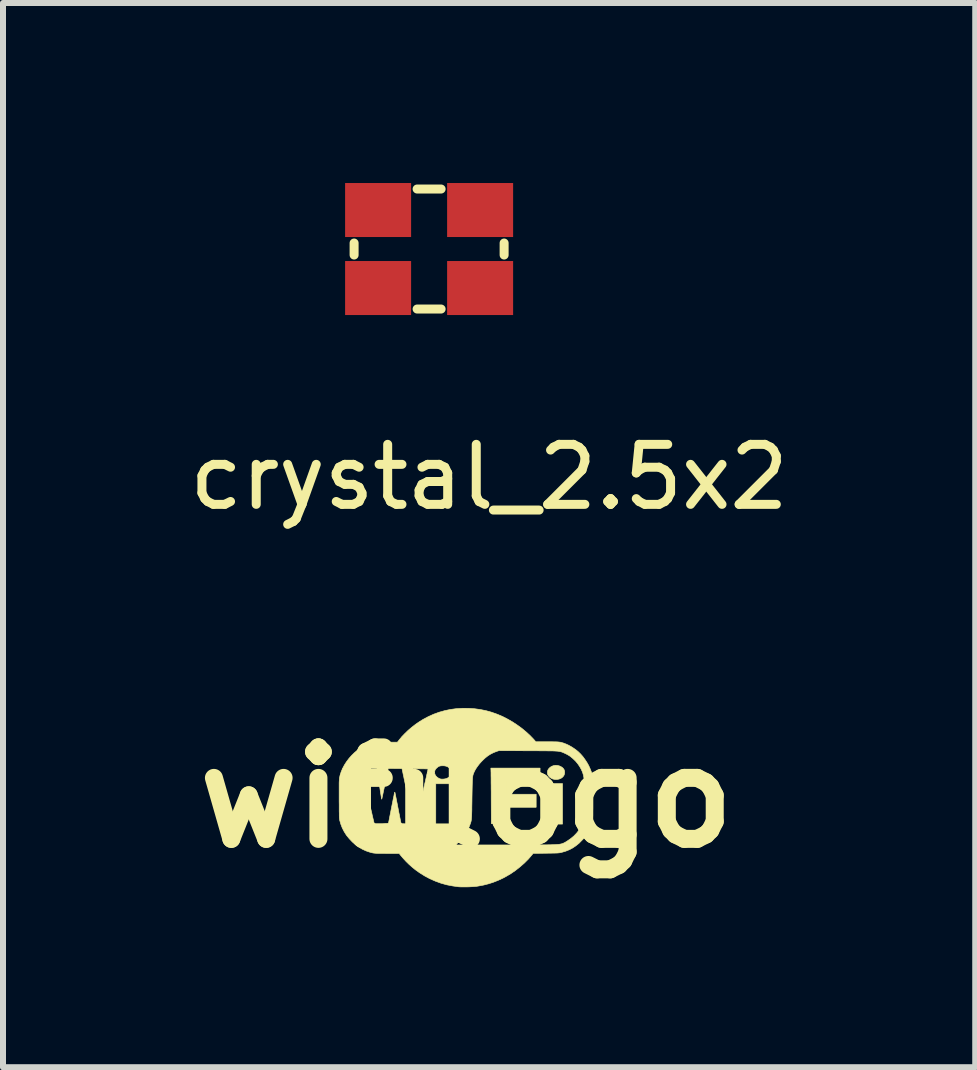
<source format=kicad_pcb>
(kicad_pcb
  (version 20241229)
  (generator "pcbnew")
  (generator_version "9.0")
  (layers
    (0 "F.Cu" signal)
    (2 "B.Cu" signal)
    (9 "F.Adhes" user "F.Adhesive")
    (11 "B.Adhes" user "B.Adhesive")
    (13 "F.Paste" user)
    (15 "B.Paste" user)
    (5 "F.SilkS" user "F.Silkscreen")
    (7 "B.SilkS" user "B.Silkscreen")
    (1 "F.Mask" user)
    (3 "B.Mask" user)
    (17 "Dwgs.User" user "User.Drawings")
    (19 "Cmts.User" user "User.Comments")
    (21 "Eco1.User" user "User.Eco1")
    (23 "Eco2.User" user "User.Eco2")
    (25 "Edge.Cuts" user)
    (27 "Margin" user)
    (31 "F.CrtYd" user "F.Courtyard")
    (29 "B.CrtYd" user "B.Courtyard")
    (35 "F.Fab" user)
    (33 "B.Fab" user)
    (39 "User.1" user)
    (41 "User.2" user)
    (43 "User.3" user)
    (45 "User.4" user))
  (footprint "crystal_2.5x2"
    (layer "F.Cu")
    (at 4.101 1.1)
    (property "Reference" "crystal_2.5x2" (at 1 3.8 0) (layer "F.SilkS") (effects (font (size 1 1) (thickness 0.15))))
    (attr through_hole)
    (fp_line (start -1.25 0.1) (end -1.25 -0.1) (stroke (width 0.15) (type solid)) (layer "F.SilkS"))
    (fp_line (start -0.2 -1) (end 0.2 -1) (stroke (width 0.15) (type solid)) (layer "F.SilkS"))
    (fp_line (start -0.2 1) (end 0.2 1) (stroke (width 0.15) (type solid)) (layer "F.SilkS"))
    (fp_line (start 1.25 0.1) (end 1.25 -0.1) (stroke (width 0.15) (type solid)) (layer "F.SilkS"))
    (pad "1" smd rect (at -0.85 0.65) (size 1.1 0.9) (layers "F.Cu" "F.Mask" "F.Paste"))
    (pad "2" smd rect (at 0.85 -0.65) (size 1.1 0.9) (layers "F.Cu" "F.Mask" "F.Paste"))
    (pad "3" smd rect (at -0.85 -0.65) (size 1.1 0.9) (layers "F.Cu" "F.Mask" "F.Paste"))
    (pad "3" smd rect (at 0.85 0.65) (size 1.1 0.9) (layers "F.Cu" "F.Mask" "F.Paste")))
  (footprint "wifilogo"
    (layer "F.Cu")
    (at 4.724 10.24)
    (property "Reference" "wifilogo" (at 0 0 0) (layer "F.SilkS") (effects (font (size 1.524 1.524) (thickness 0.3))))
    (attr through_hole)
    (fp_poly (pts (xy 1.6 0.443) (xy 1.368 0.443) (xy 1.368 -0.232) (xy 1.6 -0.232) (xy 1.6 0.443)) (stroke (width 0.01) (type solid)) (fill yes) (layer "F.SilkS"))
    (fp_poly (pts (xy 1.226 -0.269) (xy 0.671 -0.269) (xy 0.671 -0.054) (xy 1.161 -0.054) (xy 1.161 0.163) (xy 0.671 0.163) (xy 0.671 0.435) (xy 0.414 0.435) (xy 0.412 0.015) (xy 0.412 -0.04) (xy 0.412 -0.094) (xy 0.411 -0.146) (xy 0.411 -0.196) (xy 0.41 -0.243) (xy 0.41 -0.286) (xy 0.41 -0.326) (xy 0.409 -0.361) (xy 0.409 -0.39) (xy 0.409 -0.415) (xy 0.408 -0.433) (xy 0.408 -0.445) (xy 0.408 -0.447) (xy 0.406 -0.49) (xy 1.226 -0.49) (xy 1.226 -0.269)) (stroke (width 0.01) (type solid)) (fill yes) (layer "F.SilkS"))
    (fp_poly (pts (xy 1.51 -0.535) (xy 1.516 -0.534) (xy 1.546 -0.527) (xy 1.573 -0.515) (xy 1.597 -0.5) (xy 1.616 -0.481) (xy 1.627 -0.463) (xy 1.631 -0.451) (xy 1.635 -0.435) (xy 1.636 -0.425) (xy 1.634 -0.397) (xy 1.626 -0.372) (xy 1.612 -0.351) (xy 1.593 -0.332) (xy 1.57 -0.317) (xy 1.543 -0.307) (xy 1.513 -0.301) (xy 1.48 -0.3) (xy 1.467 -0.302) (xy 1.438 -0.308) (xy 1.411 -0.321) (xy 1.386 -0.338) (xy 1.367 -0.359) (xy 1.357 -0.374) (xy 1.35 -0.394) (xy 1.348 -0.416) (xy 1.35 -0.439) (xy 1.357 -0.459) (xy 1.373 -0.483) (xy 1.394 -0.503) (xy 1.419 -0.519) (xy 1.447 -0.53) (xy 1.478 -0.536) (xy 1.51 -0.535)) (stroke (width 0.01) (type solid)) (fill yes) (layer "F.SilkS"))
    (fp_poly (pts (xy 0.039 -1.486) (xy 0.136 -1.479) (xy 0.231 -1.466) (xy 0.325 -1.447) (xy 0.418 -1.421) (xy 0.511 -1.388) (xy 0.526 -1.382) (xy 0.607 -1.347) (xy 0.688 -1.305) (xy 0.768 -1.259) (xy 0.845 -1.208) (xy 0.92 -1.154) (xy 0.99 -1.096) (xy 1.056 -1.036) (xy 1.115 -0.975) (xy 1.124 -0.965) (xy 1.155 -0.929) (xy 1.337 -0.929) (xy 1.382 -0.929) (xy 1.421 -0.929) (xy 1.454 -0.928) (xy 1.482 -0.928) (xy 1.505 -0.927) (xy 1.525 -0.926) (xy 1.543 -0.924) (xy 1.558 -0.922) (xy 1.572 -0.92) (xy 1.585 -0.916) (xy 1.599 -0.912) (xy 1.614 -0.908) (xy 1.621 -0.905) (xy 1.661 -0.89) (xy 1.704 -0.87) (xy 1.747 -0.846) (xy 1.789 -0.819) (xy 1.828 -0.791) (xy 1.862 -0.763) (xy 1.901 -0.725) (xy 1.939 -0.682) (xy 1.974 -0.634) (xy 2.007 -0.584) (xy 2.036 -0.533) (xy 2.06 -0.48) (xy 2.08 -0.429) (xy 2.092 -0.388) (xy 2.094 -0.377) (xy 2.097 -0.365) (xy 2.099 -0.354) (xy 2.101 -0.342) (xy 2.102 -0.328) (xy 2.104 -0.313) (xy 2.105 -0.296) (xy 2.106 -0.277) (xy 2.107 -0.254) (xy 2.107 -0.228) (xy 2.107 -0.197) (xy 2.108 -0.163) (xy 2.108 -0.123) (xy 2.108 -0.078) (xy 2.108 -0.026) (xy 2.107 0.032) (xy 2.107 0.069) (xy 2.107 0.127) (xy 2.107 0.179) (xy 2.106 0.224) (xy 2.106 0.263) (xy 2.106 0.297) (xy 2.105 0.326) (xy 2.105 0.35) (xy 2.105 0.37) (xy 2.104 0.386) (xy 2.104 0.4) (xy 2.103 0.41) (xy 2.102 0.419) (xy 2.101 0.425) (xy 2.1 0.43) (xy 2.1 0.432) (xy 2.091 0.465) (xy 2.079 0.497) (xy 2.064 0.529) (xy 2.047 0.56) (xy 2.025 0.593) (xy 1.999 0.627) (xy 1.969 0.664) (xy 1.933 0.704) (xy 1.925 0.712) (xy 1.876 0.762) (xy 1.824 0.804) (xy 1.771 0.84) (xy 1.715 0.87) (xy 1.655 0.894) (xy 1.591 0.913) (xy 1.573 0.917) (xy 1.564 0.919) (xy 1.555 0.921) (xy 1.547 0.922) (xy 1.538 0.923) (xy 1.528 0.924) (xy 1.517 0.925) (xy 1.502 0.926) (xy 1.485 0.926) (xy 1.464 0.927) (xy 1.438 0.927) (xy 1.407 0.928) (xy 1.37 0.928) (xy 1.327 0.929) (xy 1.32 0.929) (xy 1.111 0.931) (xy 1.093 0.954) (xy 1.032 1.025) (xy 0.965 1.092) (xy 0.892 1.156) (xy 0.816 1.216) (xy 0.736 1.271) (xy 0.654 1.319) (xy 0.609 1.343) (xy 0.527 1.381) (xy 0.446 1.413) (xy 0.365 1.439) (xy 0.282 1.46) (xy 0.195 1.476) (xy 0.165 1.481) (xy 0.143 1.483) (xy 0.114 1.485) (xy 0.082 1.487) (xy 0.047 1.489) (xy 0.011 1.49) (xy -0.025 1.49) (xy -0.059 1.49) (xy -0.09 1.49) (xy -0.116 1.489) (xy -0.131 1.488) (xy -0.231 1.474) (xy -0.33 1.455) (xy -0.426 1.428) (xy -0.519 1.394) (xy -0.61 1.354) (xy -0.698 1.307) (xy -0.784 1.253) (xy -0.851 1.205) (xy -0.904 1.162) (xy -0.957 1.115) (xy -1.007 1.066) (xy -1.054 1.015) (xy -1.09 0.973) (xy -1.122 0.933) (xy -1.315 0.933) (xy -1.361 0.932) (xy -1.401 0.932) (xy -1.435 0.932) (xy -1.464 0.932) (xy -1.489 0.931) (xy -1.51 0.93) (xy -1.528 0.928) (xy -1.544 0.927) (xy -1.558 0.924) (xy -1.572 0.922) (xy -1.586 0.918) (xy -1.601 0.914) (xy -1.609 0.912) (xy -1.674 0.89) (xy -1.737 0.861) (xy -1.797 0.825) (xy -1.843 0.791) (xy -0.178 0.791) (xy 0.569 0.791) (xy 0.643 0.791) (xy 0.717 0.791) (xy 0.789 0.791) (xy 0.859 0.791) (xy 0.927 0.791) (xy 0.992 0.79) (xy 1.055 0.79) (xy 1.113 0.79) (xy 1.168 0.79) (xy 1.219 0.789) (xy 1.265 0.789) (xy 1.306 0.789) (xy 1.341 0.789) (xy 1.371 0.788) (xy 1.394 0.788) (xy 1.41 0.788) (xy 1.415 0.787) (xy 1.456 0.786) (xy 1.491 0.784) (xy 1.52 0.782) (xy 1.545 0.78) (xy 1.566 0.776) (xy 1.585 0.772) (xy 1.603 0.766) (xy 1.62 0.759) (xy 1.638 0.75) (xy 1.657 0.739) (xy 1.679 0.725) (xy 1.684 0.722) (xy 1.74 0.683) (xy 1.79 0.641) (xy 1.835 0.594) (xy 1.874 0.545) (xy 1.906 0.493) (xy 1.932 0.438) (xy 1.943 0.409) (xy 1.946 0.399) (xy 1.949 0.389) (xy 1.951 0.378) (xy 1.953 0.366) (xy 1.955 0.352) (xy 1.956 0.337) (xy 1.958 0.318) (xy 1.959 0.296) (xy 1.959 0.271) (xy 1.96 0.242) (xy 1.96 0.207) (xy 1.961 0.168) (xy 1.961 0.123) (xy 1.961 0.072) (xy 1.961 0.014) (xy 1.961 0.005) (xy 1.961 -0.057) (xy 1.961 -0.113) (xy 1.961 -0.161) (xy 1.96 -0.204) (xy 1.96 -0.24) (xy 1.959 -0.269) (xy 1.959 -0.293) (xy 1.958 -0.311) (xy 1.957 -0.324) (xy 1.957 -0.326) (xy 1.948 -0.374) (xy 1.933 -0.423) (xy 1.911 -0.472) (xy 1.884 -0.519) (xy 1.852 -0.565) (xy 1.815 -0.609) (xy 1.773 -0.649) (xy 1.728 -0.686) (xy 1.725 -0.688) (xy 1.705 -0.701) (xy 1.681 -0.715) (xy 1.654 -0.729) (xy 1.628 -0.741) (xy 1.603 -0.752) (xy 1.581 -0.76) (xy 1.573 -0.762) (xy 1.564 -0.764) (xy 1.555 -0.766) (xy 1.546 -0.768) (xy 1.536 -0.769) (xy 1.525 -0.771) (xy 1.513 -0.772) (xy 1.499 -0.773) (xy 1.482 -0.774) (xy 1.463 -0.775) (xy 1.441 -0.776) (xy 1.415 -0.776) (xy 1.385 -0.777) (xy 1.351 -0.777) (xy 1.313 -0.778) (xy 1.269 -0.778) (xy 1.22 -0.778) (xy 1.165 -0.779) (xy 1.103 -0.779) (xy 1.035 -0.779) (xy 1.007 -0.779) (xy 0.542 -0.781) (xy 0.502 -0.768) (xy 0.451 -0.748) (xy 0.403 -0.724) (xy 0.357 -0.695) (xy 0.313 -0.66) (xy 0.286 -0.635) (xy 0.249 -0.598) (xy 0.215 -0.56) (xy 0.185 -0.521) (xy 0.159 -0.483) (xy 0.137 -0.445) (xy 0.121 -0.41) (xy 0.109 -0.377) (xy 0.107 -0.368) (xy 0.105 -0.356) (xy 0.103 -0.342) (xy 0.101 -0.325) (xy 0.1 -0.304) (xy 0.098 -0.279) (xy 0.097 -0.25) (xy 0.096 -0.216) (xy 0.095 -0.176) (xy 0.094 -0.132) (xy 0.093 -0.081) (xy 0.092 -0.024) (xy 0.091 0.04) (xy 0.091 0.058) (xy 0.09 0.113) (xy 0.089 0.162) (xy 0.089 0.204) (xy 0.088 0.241) (xy 0.087 0.273) (xy 0.086 0.3) (xy 0.085 0.324) (xy 0.083 0.344) (xy 0.082 0.361) (xy 0.08 0.376) (xy 0.078 0.39) (xy 0.075 0.402) (xy 0.072 0.413) (xy 0.068 0.425) (xy 0.064 0.437) (xy 0.062 0.442) (xy 0.043 0.492) (xy 0.021 0.538) (xy -0.005 0.583) (xy -0.035 0.627) (xy -0.069 0.672) (xy -0.109 0.718) (xy -0.131 0.741) (xy -0.178 0.791) (xy -1.843 0.791) (xy -1.855 0.782) (xy -1.903 0.74) (xy -1.954 0.686) (xy -2 0.63) (xy -2.038 0.57) (xy -2.07 0.508) (xy -2.095 0.443) (xy -2.113 0.38) (xy -2.114 0.374) (xy -2.115 0.368) (xy -2.116 0.362) (xy -2.117 0.354) (xy -2.118 0.346) (xy -2.119 0.335) (xy -2.119 0.322) (xy -2.12 0.305) (xy -2.12 0.286) (xy -2.12 0.262) (xy -2.121 0.235) (xy -2.121 0.202) (xy -2.121 0.164) (xy -2.121 0.119) (xy -2.122 0.069) (xy -2.122 0.029) (xy -2.122 -0.028) (xy -2.122 -0.078) (xy -2.122 -0.121) (xy -2.122 -0.159) (xy -2.122 -0.192) (xy -2.122 -0.22) (xy -2.122 -0.244) (xy -2.121 -0.265) (xy -2.12 -0.282) (xy -2.119 -0.297) (xy -2.118 -0.31) (xy -2.117 -0.321) (xy -2.115 -0.332) (xy -2.113 -0.342) (xy -2.111 -0.351) (xy -2.109 -0.362) (xy -2.108 -0.366) (xy -2.09 -0.425) (xy -2.072 -0.468) (xy -1.744 -0.468) (xy -1.742 -0.456) (xy -1.742 -0.455) (xy -1.738 -0.437) (xy -1.733 -0.413) (xy -1.726 -0.384) (xy -1.718 -0.35) (xy -1.71 -0.312) (xy -1.7 -0.27) (xy -1.69 -0.226) (xy -1.68 -0.179) (xy -1.668 -0.131) (xy -1.657 -0.081) (xy -1.645 -0.031) (xy -1.634 0.02) (xy -1.622 0.07) (xy -1.611 0.118) (xy -1.6 0.165) (xy -1.59 0.21) (xy -1.58 0.251) (xy -1.572 0.289) (xy -1.564 0.323) (xy -1.557 0.353) (xy -1.551 0.377) (xy -1.547 0.395) (xy -1.544 0.407) (xy -1.544 0.407) (xy -1.54 0.421) (xy -1.537 0.429) (xy -1.531 0.433) (xy -1.521 0.435) (xy -1.511 0.437) (xy -1.504 0.437) (xy -1.492 0.437) (xy -1.474 0.437) (xy -1.454 0.437) (xy -1.431 0.437) (xy -1.407 0.437) (xy -1.383 0.436) (xy -1.36 0.435) (xy -1.34 0.435) (xy -1.323 0.434) (xy -1.31 0.433) (xy -1.303 0.433) (xy -1.302 0.432) (xy -1.301 0.428) (xy -1.299 0.418) (xy -1.295 0.402) (xy -1.291 0.382) (xy -1.286 0.357) (xy -1.281 0.329) (xy -1.275 0.299) (xy -1.274 0.294) (xy -1.264 0.244) (xy -1.255 0.196) (xy -1.246 0.15) (xy -1.237 0.106) (xy -1.229 0.066) (xy -1.222 0.029) (xy -1.215 -0.003) (xy -1.209 -0.031) (xy -1.205 -0.054) (xy -1.201 -0.071) (xy -1.199 -0.081) (xy -1.198 -0.084) (xy -1.196 -0.089) (xy -1.194 -0.088) (xy -1.192 -0.081) (xy -1.191 -0.078) (xy -1.19 -0.072) (xy -1.187 -0.06) (xy -1.183 -0.041) (xy -1.179 -0.018) (xy -1.173 0.011) (xy -1.167 0.043) (xy -1.16 0.078) (xy -1.152 0.117) (xy -1.145 0.157) (xy -1.141 0.176) (xy -1.133 0.217) (xy -1.126 0.256) (xy -1.118 0.292) (xy -1.112 0.326) (xy -1.106 0.355) (xy -1.101 0.38) (xy -1.097 0.4) (xy -1.093 0.415) (xy -1.091 0.423) (xy -1.091 0.425) (xy -1.083 0.433) (xy -1.076 0.436) (xy -1.068 0.437) (xy -1.054 0.437) (xy -1.036 0.438) (xy -1.014 0.438) (xy -0.99 0.438) (xy -0.965 0.438) (xy -0.94 0.438) (xy -0.917 0.438) (xy -0.897 0.438) (xy -0.88 0.437) (xy -0.869 0.436) (xy -0.866 0.436) (xy -0.857 0.433) (xy -0.851 0.431) (xy -0.85 0.431) (xy -0.849 0.427) (xy -0.847 0.416) (xy -0.842 0.4) (xy -0.837 0.378) (xy -0.831 0.351) (xy -0.823 0.32) (xy -0.815 0.284) (xy -0.806 0.245) (xy -0.796 0.203) (xy -0.785 0.159) (xy -0.775 0.113) (xy -0.763 0.065) (xy -0.752 0.016) (xy -0.741 -0.033) (xy -0.73 -0.082) (xy -0.718 -0.13) (xy -0.708 -0.177) (xy -0.697 -0.223) (xy -0.696 -0.229) (xy -0.512 -0.229) (xy -0.512 0.439) (xy -0.287 0.439) (xy -0.287 -0.229) (xy -0.512 -0.229) (xy -0.696 -0.229) (xy -0.687 -0.266) (xy -0.678 -0.307) (xy -0.669 -0.344) (xy -0.662 -0.378) (xy -0.655 -0.408) (xy -0.654 -0.414) (xy -0.531 -0.414) (xy -0.527 -0.391) (xy -0.522 -0.379) (xy -0.509 -0.358) (xy -0.49 -0.339) (xy -0.467 -0.323) (xy -0.443 -0.312) (xy -0.429 -0.308) (xy -0.408 -0.306) (xy -0.384 -0.307) (xy -0.36 -0.31) (xy -0.337 -0.315) (xy -0.335 -0.316) (xy -0.309 -0.328) (xy -0.287 -0.344) (xy -0.27 -0.363) (xy -0.259 -0.385) (xy -0.257 -0.39) (xy -0.255 -0.408) (xy -0.255 -0.428) (xy -0.259 -0.448) (xy -0.264 -0.463) (xy -0.275 -0.478) (xy -0.29 -0.494) (xy -0.307 -0.507) (xy -0.321 -0.515) (xy -0.344 -0.523) (xy -0.37 -0.528) (xy -0.397 -0.529) (xy -0.423 -0.528) (xy -0.446 -0.524) (xy -0.459 -0.519) (xy -0.476 -0.509) (xy -0.492 -0.495) (xy -0.508 -0.48) (xy -0.519 -0.465) (xy -0.523 -0.459) (xy -0.529 -0.437) (xy -0.531 -0.414) (xy -0.654 -0.414) (xy -0.65 -0.433) (xy -0.645 -0.452) (xy -0.643 -0.466) (xy -0.641 -0.474) (xy -0.641 -0.475) (xy -0.645 -0.476) (xy -0.655 -0.476) (xy -0.671 -0.477) (xy -0.692 -0.477) (xy -0.716 -0.478) (xy -0.744 -0.478) (xy -0.767 -0.478) (xy -0.891 -0.48) (xy -0.912 -0.333) (xy -0.919 -0.288) (xy -0.925 -0.243) (xy -0.932 -0.2) (xy -0.938 -0.16) (xy -0.943 -0.122) (xy -0.949 -0.088) (xy -0.953 -0.058) (xy -0.957 -0.032) (xy -0.96 -0.012) (xy -0.963 0.002) (xy -0.964 0.009) (xy -0.966 0.015) (xy -0.968 0.015) (xy -0.969 0.014) (xy -0.97 0.009) (xy -0.973 -0.003) (xy -0.978 -0.022) (xy -0.983 -0.047) (xy -0.99 -0.079) (xy -0.999 -0.117) (xy -1.008 -0.162) (xy -1.018 -0.212) (xy -1.03 -0.267) (xy -1.043 -0.329) (xy -1.045 -0.341) (xy -1.052 -0.371) (xy -1.058 -0.4) (xy -1.063 -0.425) (xy -1.068 -0.447) (xy -1.071 -0.464) (xy -1.074 -0.476) (xy -1.075 -0.481) (xy -1.075 -0.481) (xy -1.079 -0.482) (xy -1.089 -0.482) (xy -1.105 -0.482) (xy -1.125 -0.483) (xy -1.149 -0.483) (xy -1.176 -0.483) (xy -1.19 -0.483) (xy -1.304 -0.484) (xy -1.318 -0.421) (xy -1.321 -0.404) (xy -1.326 -0.38) (xy -1.332 -0.352) (xy -1.338 -0.32) (xy -1.346 -0.286) (xy -1.353 -0.25) (xy -1.361 -0.213) (xy -1.364 -0.196) (xy -1.374 -0.148) (xy -1.383 -0.108) (xy -1.39 -0.073) (xy -1.396 -0.044) (xy -1.401 -0.021) (xy -1.405 -0.003) (xy -1.408 0.011) (xy -1.41 0.02) (xy -1.412 0.026) (xy -1.413 0.028) (xy -1.413 0.028) (xy -1.414 0.024) (xy -1.416 0.014) (xy -1.419 -0.002) (xy -1.423 -0.024) (xy -1.427 -0.049) (xy -1.432 -0.079) (xy -1.437 -0.112) (xy -1.442 -0.147) (xy -1.448 -0.183) (xy -1.454 -0.221) (xy -1.46 -0.26) (xy -1.465 -0.298) (xy -1.471 -0.335) (xy -1.476 -0.37) (xy -1.481 -0.403) (xy -1.483 -0.414) (xy -1.493 -0.482) (xy -1.526 -0.484) (xy -1.542 -0.485) (xy -1.563 -0.486) (xy -1.586 -0.486) (xy -1.611 -0.486) (xy -1.636 -0.486) (xy -1.661 -0.485) (xy -1.685 -0.485) (xy -1.706 -0.484) (xy -1.723 -0.483) (xy -1.735 -0.482) (xy -1.742 -0.48) (xy -1.742 -0.48) (xy -1.744 -0.476) (xy -1.744 -0.468) (xy -2.072 -0.468) (xy -2.065 -0.484) (xy -2.035 -0.541) (xy -1.999 -0.597) (xy -1.959 -0.65) (xy -1.914 -0.701) (xy -1.866 -0.748) (xy -1.815 -0.79) (xy -1.762 -0.828) (xy -1.707 -0.859) (xy -1.651 -0.885) (xy -1.624 -0.895) (xy -1.608 -0.9) (xy -1.595 -0.904) (xy -1.582 -0.908) (xy -1.569 -0.911) (xy -1.557 -0.913) (xy -1.543 -0.915) (xy -1.527 -0.917) (xy -1.509 -0.918) (xy -1.487 -0.919) (xy -1.461 -0.919) (xy -1.431 -0.92) (xy -1.395 -0.92) (xy -1.352 -0.921) (xy -1.342 -0.921) (xy -1.151 -0.922) (xy -1.124 -0.957) (xy -1.079 -1.012) (xy -1.027 -1.066) (xy -0.971 -1.12) (xy -0.911 -1.171) (xy -0.848 -1.22) (xy -0.784 -1.264) (xy -0.724 -1.301) (xy -0.636 -1.348) (xy -0.547 -1.388) (xy -0.456 -1.421) (xy -0.364 -1.447) (xy -0.27 -1.467) (xy -0.173 -1.48) (xy -0.073 -1.486) (xy -0.062 -1.487) (xy 0.039 -1.486)) (stroke (width 0.01) (type solid)) (fill yes) (layer "F.SilkS")))
  (gr_rect
    (start -3 -3)
    (end 13.202 14.735)
    (stroke (width 0.1) (type default))
    (fill no)
    (layer "Edge.Cuts")))
</source>
